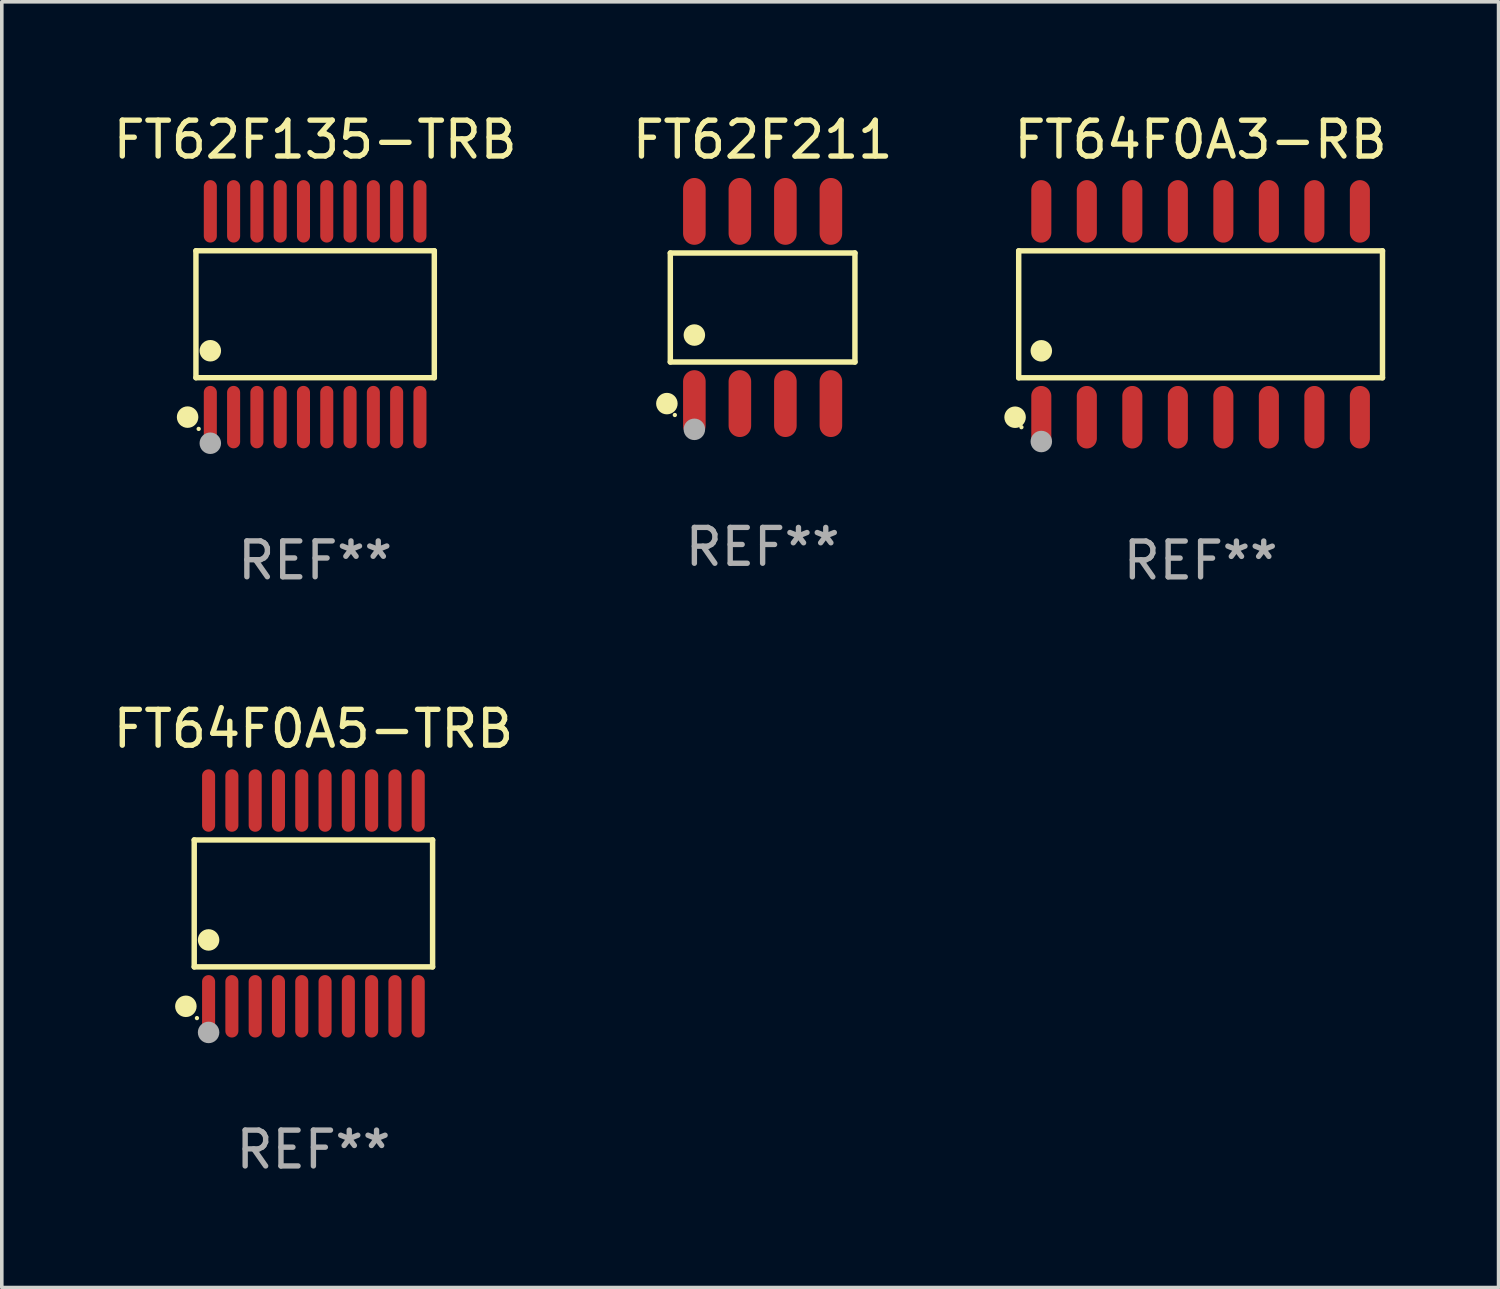
<source format=kicad_pcb>
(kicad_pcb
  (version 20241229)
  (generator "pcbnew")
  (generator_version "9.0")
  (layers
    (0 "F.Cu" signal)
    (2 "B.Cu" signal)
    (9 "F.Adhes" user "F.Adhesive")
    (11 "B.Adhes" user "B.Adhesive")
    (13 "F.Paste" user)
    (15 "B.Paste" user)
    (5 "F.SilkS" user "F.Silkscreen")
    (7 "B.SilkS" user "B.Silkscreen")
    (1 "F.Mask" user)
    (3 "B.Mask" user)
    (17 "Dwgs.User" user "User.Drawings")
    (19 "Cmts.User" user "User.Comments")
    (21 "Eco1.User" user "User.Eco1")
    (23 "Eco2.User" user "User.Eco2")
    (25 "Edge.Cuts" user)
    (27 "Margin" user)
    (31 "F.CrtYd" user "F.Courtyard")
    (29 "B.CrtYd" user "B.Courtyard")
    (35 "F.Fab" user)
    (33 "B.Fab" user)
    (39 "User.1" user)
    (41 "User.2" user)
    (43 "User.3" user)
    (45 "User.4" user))
  (footprint "FT62F211"
    (layer "F.Cu")
    (at 18.232 5.531)
    (property "Reference" "FT62F211" (at 0 -4.682 0) (layer "F.SilkS") (effects (font (size 1 1) (thickness 0.15))))
    (attr through_hole)
    (fp_line (start -2.576 -1.521) (end 2.576 -1.521) (stroke (width 0.152) (type solid)) (layer "F.SilkS"))
    (fp_line (start -2.576 1.521) (end -2.576 -1.521) (stroke (width 0.152) (type solid)) (layer "F.SilkS"))
    (fp_line (start 2.576 -1.521) (end 2.576 1.521) (stroke (width 0.152) (type solid)) (layer "F.SilkS"))
    (fp_line (start 2.576 1.521) (end -2.576 1.521) (stroke (width 0.152) (type solid)) (layer "F.SilkS"))
    (fp_circle (center -2.672 2.682) (end -2.522 2.682) (stroke (width 0.3) (type solid)) (fill no) (layer "F.SilkS"))
    (fp_circle (center -2.45 3) (end -2.42 3) (stroke (width 0.06) (type solid)) (fill no) (layer "F.SilkS"))
    (fp_circle (center -1.905 0.769) (end -1.755 0.769) (stroke (width 0.3) (type solid)) (fill no) (layer "F.SilkS"))
    (fp_circle (center -1.905 3.4) (end -1.755 3.4) (stroke (width 0.3) (type solid)) (fill no) (layer "F.Fab"))
    (fp_text user "REF**" (at 0 6.682 0) (layer "F.Fab") (effects (font (size 1 1) (thickness 0.15))))
    (pad "1" smd oval (at -1.905 2.682) (size 0.63 1.865) (layers "F.Cu" "F.Mask" "F.Paste"))
    (pad "2" smd oval (at -0.635 2.682) (size 0.63 1.865) (layers "F.Cu" "F.Mask" "F.Paste"))
    (pad "3" smd oval (at 0.635 2.682) (size 0.63 1.865) (layers "F.Cu" "F.Mask" "F.Paste"))
    (pad "4" smd oval (at 1.905 2.682) (size 0.63 1.865) (layers "F.Cu" "F.Mask" "F.Paste"))
    (pad "5" smd oval (at 1.905 -2.682) (size 0.63 1.865) (layers "F.Cu" "F.Mask" "F.Paste"))
    (pad "6" smd oval (at 0.635 -2.682) (size 0.63 1.865) (layers "F.Cu" "F.Mask" "F.Paste"))
    (pad "7" smd oval (at -0.635 -2.682) (size 0.63 1.865) (layers "F.Cu" "F.Mask" "F.Paste"))
    (pad "8" smd oval (at -1.905 -2.682) (size 0.63 1.865) (layers "F.Cu" "F.Mask" "F.Paste")))
  (footprint "FT64F0A3-RB"
    (layer "F.Cu")
    (at 30.454 5.721)
    (property "Reference" "FT64F0A3-RB" (at 0 -4.872 0) (layer "F.SilkS") (effects (font (size 1 1) (thickness 0.15))))
    (attr through_hole)
    (fp_line (start -5.076 -1.771) (end 5.076 -1.771) (stroke (width 0.152) (type solid)) (layer "F.SilkS"))
    (fp_line (start -5.076 1.771) (end -5.076 -1.771) (stroke (width 0.152) (type solid)) (layer "F.SilkS"))
    (fp_line (start 5.076 -1.771) (end 5.076 1.771) (stroke (width 0.152) (type solid)) (layer "F.SilkS"))
    (fp_line (start 5.076 1.771) (end -5.076 1.771) (stroke (width 0.152) (type solid)) (layer "F.SilkS"))
    (fp_circle (center -5.177 2.872) (end -5.027 2.872) (stroke (width 0.3) (type solid)) (fill no) (layer "F.SilkS"))
    (fp_circle (center -5 3.15) (end -4.97 3.15) (stroke (width 0.06) (type solid)) (fill no) (layer "F.SilkS"))
    (fp_circle (center -4.445 1.019) (end -4.295 1.019) (stroke (width 0.3) (type solid)) (fill no) (layer "F.SilkS"))
    (fp_circle (center -4.445 3.55) (end -4.295 3.55) (stroke (width 0.3) (type solid)) (fill no) (layer "F.Fab"))
    (fp_text user "REF**" (at 0 6.872 0) (layer "F.Fab") (effects (font (size 1 1) (thickness 0.15))))
    (pad "1" smd oval (at -4.445 2.872) (size 0.56 1.745) (layers "F.Cu" "F.Mask" "F.Paste"))
    (pad "2" smd oval (at -3.175 2.872) (size 0.56 1.745) (layers "F.Cu" "F.Mask" "F.Paste"))
    (pad "3" smd oval (at -1.905 2.872) (size 0.56 1.745) (layers "F.Cu" "F.Mask" "F.Paste"))
    (pad "4" smd oval (at -0.635 2.872) (size 0.56 1.745) (layers "F.Cu" "F.Mask" "F.Paste"))
    (pad "5" smd oval (at 0.635 2.872) (size 0.56 1.745) (layers "F.Cu" "F.Mask" "F.Paste"))
    (pad "6" smd oval (at 1.905 2.872) (size 0.56 1.745) (layers "F.Cu" "F.Mask" "F.Paste"))
    (pad "7" smd oval (at 3.175 2.872) (size 0.56 1.745) (layers "F.Cu" "F.Mask" "F.Paste"))
    (pad "8" smd oval (at 4.445 2.872) (size 0.56 1.745) (layers "F.Cu" "F.Mask" "F.Paste"))
    (pad "9" smd oval (at 4.445 -2.872) (size 0.56 1.745) (layers "F.Cu" "F.Mask" "F.Paste"))
    (pad "10" smd oval (at 3.175 -2.872) (size 0.56 1.745) (layers "F.Cu" "F.Mask" "F.Paste"))
    (pad "11" smd oval (at 1.905 -2.872) (size 0.56 1.745) (layers "F.Cu" "F.Mask" "F.Paste"))
    (pad "12" smd oval (at 0.635 -2.872) (size 0.56 1.745) (layers "F.Cu" "F.Mask" "F.Paste"))
    (pad "13" smd oval (at -0.635 -2.872) (size 0.56 1.745) (layers "F.Cu" "F.Mask" "F.Paste"))
    (pad "14" smd oval (at -1.905 -2.872) (size 0.56 1.745) (layers "F.Cu" "F.Mask" "F.Paste"))
    (pad "15" smd oval (at -3.175 -2.872) (size 0.56 1.745) (layers "F.Cu" "F.Mask" "F.Paste"))
    (pad "16" smd oval (at -4.445 -2.872) (size 0.56 1.745) (layers "F.Cu" "F.Mask" "F.Paste")))
  (footprint "FT62F135-TRB"
    (layer "F.Cu")
    (at 5.744 5.719)
    (property "Reference" "FT62F135-TRB" (at 0 -4.871 0) (layer "F.SilkS") (effects (font (size 1 1) (thickness 0.15))))
    (attr through_hole)
    (fp_line (start -3.326 -1.771) (end 3.326 -1.771) (stroke (width 0.152) (type solid)) (layer "F.SilkS"))
    (fp_line (start -3.326 1.771) (end -3.326 -1.771) (stroke (width 0.152) (type solid)) (layer "F.SilkS"))
    (fp_line (start 3.326 -1.771) (end 3.326 1.771) (stroke (width 0.152) (type solid)) (layer "F.SilkS"))
    (fp_line (start 3.326 1.771) (end -3.326 1.771) (stroke (width 0.152) (type solid)) (layer "F.SilkS"))
    (fp_circle (center -3.559 2.871) (end -3.409 2.871) (stroke (width 0.3) (type solid)) (fill no) (layer "F.SilkS"))
    (fp_circle (center -3.25 3.2) (end -3.22 3.2) (stroke (width 0.06) (type solid)) (fill no) (layer "F.SilkS"))
    (fp_circle (center -2.925 1.019) (end -2.775 1.019) (stroke (width 0.3) (type solid)) (fill no) (layer "F.SilkS"))
    (fp_circle (center -2.925 3.6) (end -2.775 3.6) (stroke (width 0.3) (type solid)) (fill no) (layer "F.Fab"))
    (fp_text user "REF**" (at 0 6.871 0) (layer "F.Fab") (effects (font (size 1 1) (thickness 0.15))))
    (pad "1" smd oval (at -2.925 2.871) (size 0.364 1.742) (layers "F.Cu" "F.Mask" "F.Paste"))
    (pad "2" smd oval (at -2.275 2.871) (size 0.364 1.742) (layers "F.Cu" "F.Mask" "F.Paste"))
    (pad "3" smd oval (at -1.625 2.871) (size 0.364 1.742) (layers "F.Cu" "F.Mask" "F.Paste"))
    (pad "4" smd oval (at -0.975 2.871) (size 0.364 1.742) (layers "F.Cu" "F.Mask" "F.Paste"))
    (pad "5" smd oval (at -0.325 2.871) (size 0.364 1.742) (layers "F.Cu" "F.Mask" "F.Paste"))
    (pad "6" smd oval (at 0.325 2.871) (size 0.364 1.742) (layers "F.Cu" "F.Mask" "F.Paste"))
    (pad "7" smd oval (at 0.975 2.871) (size 0.364 1.742) (layers "F.Cu" "F.Mask" "F.Paste"))
    (pad "8" smd oval (at 1.625 2.871) (size 0.364 1.742) (layers "F.Cu" "F.Mask" "F.Paste"))
    (pad "9" smd oval (at 2.275 2.871) (size 0.364 1.742) (layers "F.Cu" "F.Mask" "F.Paste"))
    (pad "10" smd oval (at 2.925 2.871) (size 0.364 1.742) (layers "F.Cu" "F.Mask" "F.Paste"))
    (pad "11" smd oval (at 2.925 -2.871) (size 0.364 1.742) (layers "F.Cu" "F.Mask" "F.Paste"))
    (pad "12" smd oval (at 2.275 -2.871) (size 0.364 1.742) (layers "F.Cu" "F.Mask" "F.Paste"))
    (pad "13" smd oval (at 1.625 -2.871) (size 0.364 1.742) (layers "F.Cu" "F.Mask" "F.Paste"))
    (pad "14" smd oval (at 0.975 -2.871) (size 0.364 1.742) (layers "F.Cu" "F.Mask" "F.Paste"))
    (pad "15" smd oval (at 0.325 -2.871) (size 0.364 1.742) (layers "F.Cu" "F.Mask" "F.Paste"))
    (pad "16" smd oval (at -0.325 -2.871) (size 0.364 1.742) (layers "F.Cu" "F.Mask" "F.Paste"))
    (pad "17" smd oval (at -0.975 -2.871) (size 0.364 1.742) (layers "F.Cu" "F.Mask" "F.Paste"))
    (pad "18" smd oval (at -1.625 -2.871) (size 0.364 1.742) (layers "F.Cu" "F.Mask" "F.Paste"))
    (pad "19" smd oval (at -2.275 -2.871) (size 0.364 1.742) (layers "F.Cu" "F.Mask" "F.Paste"))
    (pad "20" smd oval (at -2.925 -2.871) (size 0.364 1.742) (layers "F.Cu" "F.Mask" "F.Paste")))
  (footprint "FT64F0A5-TRB"
    (layer "F.Cu")
    (at 5.696 22.161)
    (property "Reference" "FT64F0A5-TRB" (at 0 -4.871 0) (layer "F.SilkS") (effects (font (size 1 1) (thickness 0.15))))
    (attr through_hole)
    (fp_line (start -3.326 -1.771) (end 3.326 -1.771) (stroke (width 0.152) (type solid)) (layer "F.SilkS"))
    (fp_line (start -3.326 1.771) (end -3.326 -1.771) (stroke (width 0.152) (type solid)) (layer "F.SilkS"))
    (fp_line (start 3.326 -1.771) (end 3.326 1.771) (stroke (width 0.152) (type solid)) (layer "F.SilkS"))
    (fp_line (start 3.326 1.771) (end -3.326 1.771) (stroke (width 0.152) (type solid)) (layer "F.SilkS"))
    (fp_circle (center -3.559 2.871) (end -3.409 2.871) (stroke (width 0.3) (type solid)) (fill no) (layer "F.SilkS"))
    (fp_circle (center -3.25 3.2) (end -3.22 3.2) (stroke (width 0.06) (type solid)) (fill no) (layer "F.SilkS"))
    (fp_circle (center -2.925 1.019) (end -2.775 1.019) (stroke (width 0.3) (type solid)) (fill no) (layer "F.SilkS"))
    (fp_circle (center -2.925 3.6) (end -2.775 3.6) (stroke (width 0.3) (type solid)) (fill no) (layer "F.Fab"))
    (fp_text user "REF**" (at 0 6.871 0) (layer "F.Fab") (effects (font (size 1 1) (thickness 0.15))))
    (pad "1" smd oval (at -2.925 2.871) (size 0.364 1.742) (layers "F.Cu" "F.Mask" "F.Paste"))
    (pad "2" smd oval (at -2.275 2.871) (size 0.364 1.742) (layers "F.Cu" "F.Mask" "F.Paste"))
    (pad "3" smd oval (at -1.625 2.871) (size 0.364 1.742) (layers "F.Cu" "F.Mask" "F.Paste"))
    (pad "4" smd oval (at -0.975 2.871) (size 0.364 1.742) (layers "F.Cu" "F.Mask" "F.Paste"))
    (pad "5" smd oval (at -0.325 2.871) (size 0.364 1.742) (layers "F.Cu" "F.Mask" "F.Paste"))
    (pad "6" smd oval (at 0.325 2.871) (size 0.364 1.742) (layers "F.Cu" "F.Mask" "F.Paste"))
    (pad "7" smd oval (at 0.975 2.871) (size 0.364 1.742) (layers "F.Cu" "F.Mask" "F.Paste"))
    (pad "8" smd oval (at 1.625 2.871) (size 0.364 1.742) (layers "F.Cu" "F.Mask" "F.Paste"))
    (pad "9" smd oval (at 2.275 2.871) (size 0.364 1.742) (layers "F.Cu" "F.Mask" "F.Paste"))
    (pad "10" smd oval (at 2.925 2.871) (size 0.364 1.742) (layers "F.Cu" "F.Mask" "F.Paste"))
    (pad "11" smd oval (at 2.925 -2.871) (size 0.364 1.742) (layers "F.Cu" "F.Mask" "F.Paste"))
    (pad "12" smd oval (at 2.275 -2.871) (size 0.364 1.742) (layers "F.Cu" "F.Mask" "F.Paste"))
    (pad "13" smd oval (at 1.625 -2.871) (size 0.364 1.742) (layers "F.Cu" "F.Mask" "F.Paste"))
    (pad "14" smd oval (at 0.975 -2.871) (size 0.364 1.742) (layers "F.Cu" "F.Mask" "F.Paste"))
    (pad "15" smd oval (at 0.325 -2.871) (size 0.364 1.742) (layers "F.Cu" "F.Mask" "F.Paste"))
    (pad "16" smd oval (at -0.325 -2.871) (size 0.364 1.742) (layers "F.Cu" "F.Mask" "F.Paste"))
    (pad "17" smd oval (at -0.975 -2.871) (size 0.364 1.742) (layers "F.Cu" "F.Mask" "F.Paste"))
    (pad "18" smd oval (at -1.625 -2.871) (size 0.364 1.742) (layers "F.Cu" "F.Mask" "F.Paste"))
    (pad "19" smd oval (at -2.275 -2.871) (size 0.364 1.742) (layers "F.Cu" "F.Mask" "F.Paste"))
    (pad "20" smd oval (at -2.925 -2.871) (size 0.364 1.742) (layers "F.Cu" "F.Mask" "F.Paste")))
  (gr_rect
    (start -3 -3)
    (end 38.769 32.88)
    (stroke (width 0.1) (type default))
    (fill no)
    (layer "Edge.Cuts")))
</source>
